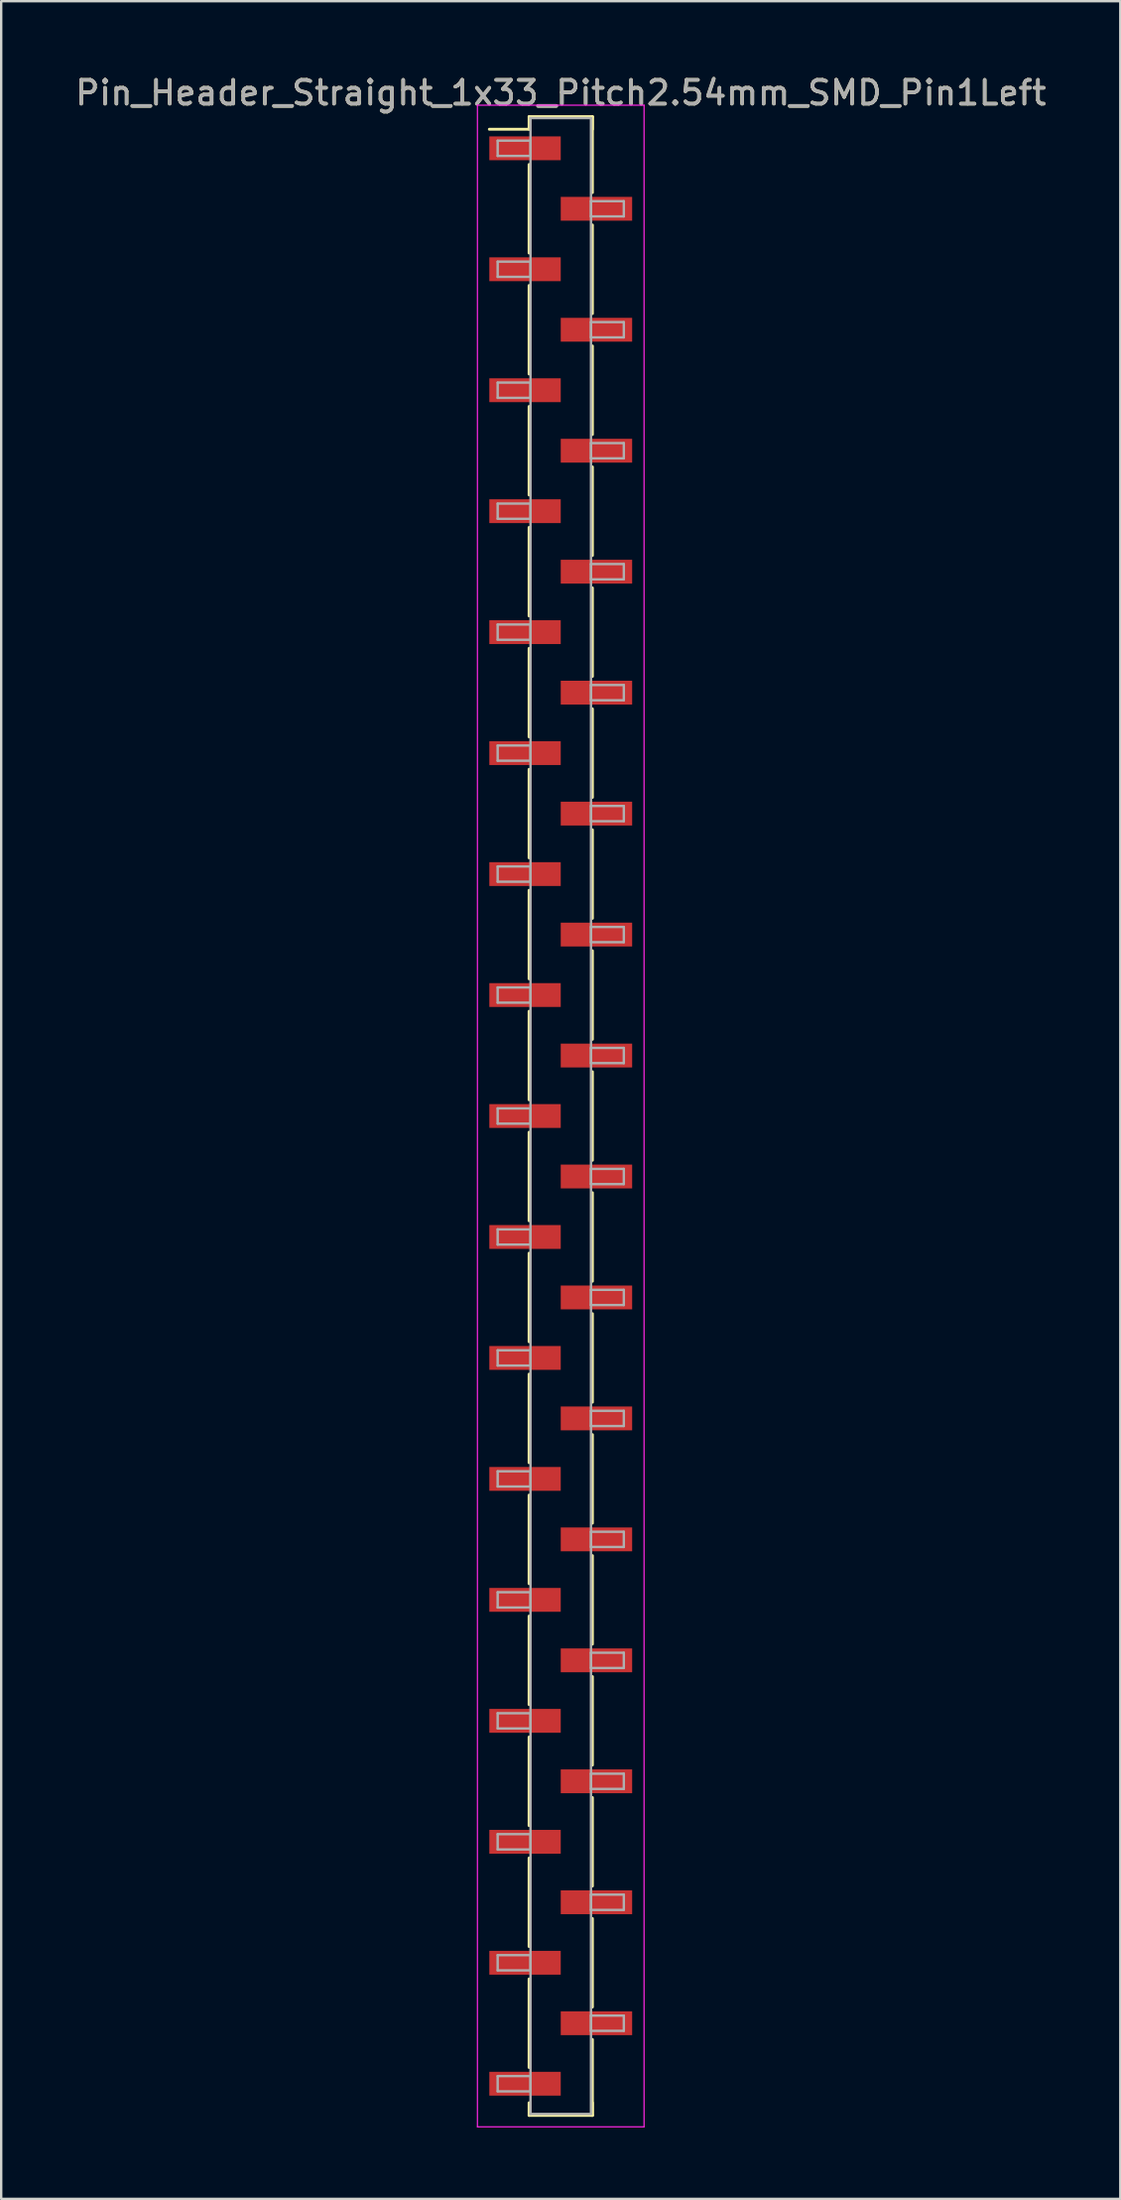
<source format=kicad_pcb>
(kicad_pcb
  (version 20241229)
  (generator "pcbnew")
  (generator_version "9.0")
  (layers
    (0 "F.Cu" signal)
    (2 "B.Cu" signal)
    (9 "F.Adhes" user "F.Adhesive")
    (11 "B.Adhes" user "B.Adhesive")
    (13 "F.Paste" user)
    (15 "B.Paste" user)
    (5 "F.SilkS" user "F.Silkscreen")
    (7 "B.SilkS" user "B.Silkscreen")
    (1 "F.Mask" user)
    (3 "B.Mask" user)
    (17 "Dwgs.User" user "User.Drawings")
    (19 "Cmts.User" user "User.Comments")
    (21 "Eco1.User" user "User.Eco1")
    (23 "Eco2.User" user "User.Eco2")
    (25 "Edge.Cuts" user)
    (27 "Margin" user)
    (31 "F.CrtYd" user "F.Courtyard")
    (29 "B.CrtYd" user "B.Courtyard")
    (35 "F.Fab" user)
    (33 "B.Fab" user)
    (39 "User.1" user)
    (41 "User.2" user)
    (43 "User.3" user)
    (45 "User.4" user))
  (footprint "Pin_Header_Straight_1x33_Pitch2.54mm_SMD_Pin1Left"
    (layer "F.Cu")
    (at 20.506 43.818)
    (property "Reference" "Pin_Header_Straight_1x33_Pitch2.54mm_SMD_Pin1Left" (at 0 -42.97 0) (layer "F.SilkS") (effects (font (size 1 1) (thickness 0.15))))
    (attr smd)
    (fp_line (start -1.33 -41.97) (end 1.33 -41.97) (stroke (width 0.12) (type solid)) (layer "F.SilkS"))
    (fp_line (start -1.33 -41.44) (end -3 -41.44) (stroke (width 0.12) (type solid)) (layer "F.SilkS"))
    (fp_line (start -1.33 -41.44) (end -1.33 -41.97) (stroke (width 0.12) (type solid)) (layer "F.SilkS"))
    (fp_line (start -1.33 -39.96) (end -1.33 -36.24) (stroke (width 0.12) (type solid)) (layer "F.SilkS"))
    (fp_line (start -1.33 -34.88) (end -1.33 -31.16) (stroke (width 0.12) (type solid)) (layer "F.SilkS"))
    (fp_line (start -1.33 -29.8) (end -1.33 -26.08) (stroke (width 0.12) (type solid)) (layer "F.SilkS"))
    (fp_line (start -1.33 -24.72) (end -1.33 -21) (stroke (width 0.12) (type solid)) (layer "F.SilkS"))
    (fp_line (start -1.33 -19.64) (end -1.33 -15.92) (stroke (width 0.12) (type solid)) (layer "F.SilkS"))
    (fp_line (start -1.33 -14.56) (end -1.33 -10.84) (stroke (width 0.12) (type solid)) (layer "F.SilkS"))
    (fp_line (start -1.33 -9.48) (end -1.33 -5.76) (stroke (width 0.12) (type solid)) (layer "F.SilkS"))
    (fp_line (start -1.33 -4.4) (end -1.33 -0.68) (stroke (width 0.12) (type solid)) (layer "F.SilkS"))
    (fp_line (start -1.33 0.68) (end -1.33 4.4) (stroke (width 0.12) (type solid)) (layer "F.SilkS"))
    (fp_line (start -1.33 5.76) (end -1.33 9.48) (stroke (width 0.12) (type solid)) (layer "F.SilkS"))
    (fp_line (start -1.33 10.84) (end -1.33 14.56) (stroke (width 0.12) (type solid)) (layer "F.SilkS"))
    (fp_line (start -1.33 15.92) (end -1.33 19.64) (stroke (width 0.12) (type solid)) (layer "F.SilkS"))
    (fp_line (start -1.33 21) (end -1.33 24.72) (stroke (width 0.12) (type solid)) (layer "F.SilkS"))
    (fp_line (start -1.33 26.08) (end -1.33 29.8) (stroke (width 0.12) (type solid)) (layer "F.SilkS"))
    (fp_line (start -1.33 31.16) (end -1.33 34.88) (stroke (width 0.12) (type solid)) (layer "F.SilkS"))
    (fp_line (start -1.33 36.24) (end -1.33 39.96) (stroke (width 0.12) (type solid)) (layer "F.SilkS"))
    (fp_line (start -1.33 41.44) (end -1.33 41.97) (stroke (width 0.12) (type solid)) (layer "F.SilkS"))
    (fp_line (start -1.33 41.97) (end 1.33 41.97) (stroke (width 0.12) (type solid)) (layer "F.SilkS"))
    (fp_line (start 1.33 -41.97) (end 1.33 -41.44) (stroke (width 0.12) (type solid)) (layer "F.SilkS"))
    (fp_line (start 1.33 -41.97) (end 1.33 -38.78) (stroke (width 0.12) (type solid)) (layer "F.SilkS"))
    (fp_line (start 1.33 -37.42) (end 1.33 -33.7) (stroke (width 0.12) (type solid)) (layer "F.SilkS"))
    (fp_line (start 1.33 -32.34) (end 1.33 -28.62) (stroke (width 0.12) (type solid)) (layer "F.SilkS"))
    (fp_line (start 1.33 -27.26) (end 1.33 -23.54) (stroke (width 0.12) (type solid)) (layer "F.SilkS"))
    (fp_line (start 1.33 -22.18) (end 1.33 -18.46) (stroke (width 0.12) (type solid)) (layer "F.SilkS"))
    (fp_line (start 1.33 -17.1) (end 1.33 -13.38) (stroke (width 0.12) (type solid)) (layer "F.SilkS"))
    (fp_line (start 1.33 -12.02) (end 1.33 -8.3) (stroke (width 0.12) (type solid)) (layer "F.SilkS"))
    (fp_line (start 1.33 -6.94) (end 1.33 -3.22) (stroke (width 0.12) (type solid)) (layer "F.SilkS"))
    (fp_line (start 1.33 -1.86) (end 1.33 1.86) (stroke (width 0.12) (type solid)) (layer "F.SilkS"))
    (fp_line (start 1.33 3.22) (end 1.33 6.94) (stroke (width 0.12) (type solid)) (layer "F.SilkS"))
    (fp_line (start 1.33 8.3) (end 1.33 12.02) (stroke (width 0.12) (type solid)) (layer "F.SilkS"))
    (fp_line (start 1.33 13.38) (end 1.33 17.1) (stroke (width 0.12) (type solid)) (layer "F.SilkS"))
    (fp_line (start 1.33 18.46) (end 1.33 22.18) (stroke (width 0.12) (type solid)) (layer "F.SilkS"))
    (fp_line (start 1.33 23.54) (end 1.33 27.26) (stroke (width 0.12) (type solid)) (layer "F.SilkS"))
    (fp_line (start 1.33 28.62) (end 1.33 32.34) (stroke (width 0.12) (type solid)) (layer "F.SilkS"))
    (fp_line (start 1.33 33.7) (end 1.33 37.42) (stroke (width 0.12) (type solid)) (layer "F.SilkS"))
    (fp_line (start 1.33 38.78) (end 1.33 41.97) (stroke (width 0.12) (type solid)) (layer "F.SilkS"))
    (fp_line (start 1.33 41.97) (end 1.33 41.44) (stroke (width 0.12) (type solid)) (layer "F.SilkS"))
    (fp_line (start -3.5 -42.45) (end -3.5 42.45) (stroke (width 0.05) (type solid)) (layer "F.CrtYd"))
    (fp_line (start -3.5 42.45) (end 3.5 42.45) (stroke (width 0.05) (type solid)) (layer "F.CrtYd"))
    (fp_line (start 3.5 -42.45) (end -3.5 -42.45) (stroke (width 0.05) (type solid)) (layer "F.CrtYd"))
    (fp_line (start 3.5 42.45) (end 3.5 -42.45) (stroke (width 0.05) (type solid)) (layer "F.CrtYd"))
    (fp_line (start -2.65 -40.96) (end -1.27 -40.96) (stroke (width 0.1) (type solid)) (layer "F.Fab"))
    (fp_line (start -2.65 -40.32) (end -2.65 -40.96) (stroke (width 0.1) (type solid)) (layer "F.Fab"))
    (fp_line (start -2.65 -35.88) (end -1.27 -35.88) (stroke (width 0.1) (type solid)) (layer "F.Fab"))
    (fp_line (start -2.65 -35.24) (end -2.65 -35.88) (stroke (width 0.1) (type solid)) (layer "F.Fab"))
    (fp_line (start -2.65 -30.8) (end -1.27 -30.8) (stroke (width 0.1) (type solid)) (layer "F.Fab"))
    (fp_line (start -2.65 -30.16) (end -2.65 -30.8) (stroke (width 0.1) (type solid)) (layer "F.Fab"))
    (fp_line (start -2.65 -25.72) (end -1.27 -25.72) (stroke (width 0.1) (type solid)) (layer "F.Fab"))
    (fp_line (start -2.65 -25.08) (end -2.65 -25.72) (stroke (width 0.1) (type solid)) (layer "F.Fab"))
    (fp_line (start -2.65 -20.64) (end -1.27 -20.64) (stroke (width 0.1) (type solid)) (layer "F.Fab"))
    (fp_line (start -2.65 -20) (end -2.65 -20.64) (stroke (width 0.1) (type solid)) (layer "F.Fab"))
    (fp_line (start -2.65 -15.56) (end -1.27 -15.56) (stroke (width 0.1) (type solid)) (layer "F.Fab"))
    (fp_line (start -2.65 -14.92) (end -2.65 -15.56) (stroke (width 0.1) (type solid)) (layer "F.Fab"))
    (fp_line (start -2.65 -10.48) (end -1.27 -10.48) (stroke (width 0.1) (type solid)) (layer "F.Fab"))
    (fp_line (start -2.65 -9.84) (end -2.65 -10.48) (stroke (width 0.1) (type solid)) (layer "F.Fab"))
    (fp_line (start -2.65 -5.4) (end -1.27 -5.4) (stroke (width 0.1) (type solid)) (layer "F.Fab"))
    (fp_line (start -2.65 -4.76) (end -2.65 -5.4) (stroke (width 0.1) (type solid)) (layer "F.Fab"))
    (fp_line (start -2.65 -0.32) (end -1.27 -0.32) (stroke (width 0.1) (type solid)) (layer "F.Fab"))
    (fp_line (start -2.65 0.32) (end -2.65 -0.32) (stroke (width 0.1) (type solid)) (layer "F.Fab"))
    (fp_line (start -2.65 4.76) (end -1.27 4.76) (stroke (width 0.1) (type solid)) (layer "F.Fab"))
    (fp_line (start -2.65 5.4) (end -2.65 4.76) (stroke (width 0.1) (type solid)) (layer "F.Fab"))
    (fp_line (start -2.65 9.84) (end -1.27 9.84) (stroke (width 0.1) (type solid)) (layer "F.Fab"))
    (fp_line (start -2.65 10.48) (end -2.65 9.84) (stroke (width 0.1) (type solid)) (layer "F.Fab"))
    (fp_line (start -2.65 14.92) (end -1.27 14.92) (stroke (width 0.1) (type solid)) (layer "F.Fab"))
    (fp_line (start -2.65 15.56) (end -2.65 14.92) (stroke (width 0.1) (type solid)) (layer "F.Fab"))
    (fp_line (start -2.65 20) (end -1.27 20) (stroke (width 0.1) (type solid)) (layer "F.Fab"))
    (fp_line (start -2.65 20.64) (end -2.65 20) (stroke (width 0.1) (type solid)) (layer "F.Fab"))
    (fp_line (start -2.65 25.08) (end -1.27 25.08) (stroke (width 0.1) (type solid)) (layer "F.Fab"))
    (fp_line (start -2.65 25.72) (end -2.65 25.08) (stroke (width 0.1) (type solid)) (layer "F.Fab"))
    (fp_line (start -2.65 30.16) (end -1.27 30.16) (stroke (width 0.1) (type solid)) (layer "F.Fab"))
    (fp_line (start -2.65 30.8) (end -2.65 30.16) (stroke (width 0.1) (type solid)) (layer "F.Fab"))
    (fp_line (start -2.65 35.24) (end -1.27 35.24) (stroke (width 0.1) (type solid)) (layer "F.Fab"))
    (fp_line (start -2.65 35.88) (end -2.65 35.24) (stroke (width 0.1) (type solid)) (layer "F.Fab"))
    (fp_line (start -2.65 40.32) (end -1.27 40.32) (stroke (width 0.1) (type solid)) (layer "F.Fab"))
    (fp_line (start -2.65 40.96) (end -2.65 40.32) (stroke (width 0.1) (type solid)) (layer "F.Fab"))
    (fp_line (start -1.27 -41.91) (end -1.27 41.91) (stroke (width 0.1) (type solid)) (layer "F.Fab"))
    (fp_line (start -1.27 -40.96) (end -1.27 -40.32) (stroke (width 0.1) (type solid)) (layer "F.Fab"))
    (fp_line (start -1.27 -40.32) (end -2.65 -40.32) (stroke (width 0.1) (type solid)) (layer "F.Fab"))
    (fp_line (start -1.27 -35.88) (end -1.27 -35.24) (stroke (width 0.1) (type solid)) (layer "F.Fab"))
    (fp_line (start -1.27 -35.24) (end -2.65 -35.24) (stroke (width 0.1) (type solid)) (layer "F.Fab"))
    (fp_line (start -1.27 -30.8) (end -1.27 -30.16) (stroke (width 0.1) (type solid)) (layer "F.Fab"))
    (fp_line (start -1.27 -30.16) (end -2.65 -30.16) (stroke (width 0.1) (type solid)) (layer "F.Fab"))
    (fp_line (start -1.27 -25.72) (end -1.27 -25.08) (stroke (width 0.1) (type solid)) (layer "F.Fab"))
    (fp_line (start -1.27 -25.08) (end -2.65 -25.08) (stroke (width 0.1) (type solid)) (layer "F.Fab"))
    (fp_line (start -1.27 -20.64) (end -1.27 -20) (stroke (width 0.1) (type solid)) (layer "F.Fab"))
    (fp_line (start -1.27 -20) (end -2.65 -20) (stroke (width 0.1) (type solid)) (layer "F.Fab"))
    (fp_line (start -1.27 -15.56) (end -1.27 -14.92) (stroke (width 0.1) (type solid)) (layer "F.Fab"))
    (fp_line (start -1.27 -14.92) (end -2.65 -14.92) (stroke (width 0.1) (type solid)) (layer "F.Fab"))
    (fp_line (start -1.27 -10.48) (end -1.27 -9.84) (stroke (width 0.1) (type solid)) (layer "F.Fab"))
    (fp_line (start -1.27 -9.84) (end -2.65 -9.84) (stroke (width 0.1) (type solid)) (layer "F.Fab"))
    (fp_line (start -1.27 -5.4) (end -1.27 -4.76) (stroke (width 0.1) (type solid)) (layer "F.Fab"))
    (fp_line (start -1.27 -4.76) (end -2.65 -4.76) (stroke (width 0.1) (type solid)) (layer "F.Fab"))
    (fp_line (start -1.27 -0.32) (end -1.27 0.32) (stroke (width 0.1) (type solid)) (layer "F.Fab"))
    (fp_line (start -1.27 0.32) (end -2.65 0.32) (stroke (width 0.1) (type solid)) (layer "F.Fab"))
    (fp_line (start -1.27 4.76) (end -1.27 5.4) (stroke (width 0.1) (type solid)) (layer "F.Fab"))
    (fp_line (start -1.27 5.4) (end -2.65 5.4) (stroke (width 0.1) (type solid)) (layer "F.Fab"))
    (fp_line (start -1.27 9.84) (end -1.27 10.48) (stroke (width 0.1) (type solid)) (layer "F.Fab"))
    (fp_line (start -1.27 10.48) (end -2.65 10.48) (stroke (width 0.1) (type solid)) (layer "F.Fab"))
    (fp_line (start -1.27 14.92) (end -1.27 15.56) (stroke (width 0.1) (type solid)) (layer "F.Fab"))
    (fp_line (start -1.27 15.56) (end -2.65 15.56) (stroke (width 0.1) (type solid)) (layer "F.Fab"))
    (fp_line (start -1.27 20) (end -1.27 20.64) (stroke (width 0.1) (type solid)) (layer "F.Fab"))
    (fp_line (start -1.27 20.64) (end -2.65 20.64) (stroke (width 0.1) (type solid)) (layer "F.Fab"))
    (fp_line (start -1.27 25.08) (end -1.27 25.72) (stroke (width 0.1) (type solid)) (layer "F.Fab"))
    (fp_line (start -1.27 25.72) (end -2.65 25.72) (stroke (width 0.1) (type solid)) (layer "F.Fab"))
    (fp_line (start -1.27 30.16) (end -1.27 30.8) (stroke (width 0.1) (type solid)) (layer "F.Fab"))
    (fp_line (start -1.27 30.8) (end -2.65 30.8) (stroke (width 0.1) (type solid)) (layer "F.Fab"))
    (fp_line (start -1.27 35.24) (end -1.27 35.88) (stroke (width 0.1) (type solid)) (layer "F.Fab"))
    (fp_line (start -1.27 35.88) (end -2.65 35.88) (stroke (width 0.1) (type solid)) (layer "F.Fab"))
    (fp_line (start -1.27 40.32) (end -1.27 40.96) (stroke (width 0.1) (type solid)) (layer "F.Fab"))
    (fp_line (start -1.27 40.96) (end -2.65 40.96) (stroke (width 0.1) (type solid)) (layer "F.Fab"))
    (fp_line (start -1.27 41.91) (end 1.27 41.91) (stroke (width 0.1) (type solid)) (layer "F.Fab"))
    (fp_line (start 1.27 -41.91) (end -1.27 -41.91) (stroke (width 0.1) (type solid)) (layer "F.Fab"))
    (fp_line (start 1.27 -38.42) (end 1.27 -37.78) (stroke (width 0.1) (type solid)) (layer "F.Fab"))
    (fp_line (start 1.27 -37.78) (end 2.65 -37.78) (stroke (width 0.1) (type solid)) (layer "F.Fab"))
    (fp_line (start 1.27 -33.34) (end 1.27 -32.7) (stroke (width 0.1) (type solid)) (layer "F.Fab"))
    (fp_line (start 1.27 -32.7) (end 2.65 -32.7) (stroke (width 0.1) (type solid)) (layer "F.Fab"))
    (fp_line (start 1.27 -28.26) (end 1.27 -27.62) (stroke (width 0.1) (type solid)) (layer "F.Fab"))
    (fp_line (start 1.27 -27.62) (end 2.65 -27.62) (stroke (width 0.1) (type solid)) (layer "F.Fab"))
    (fp_line (start 1.27 -23.18) (end 1.27 -22.54) (stroke (width 0.1) (type solid)) (layer "F.Fab"))
    (fp_line (start 1.27 -22.54) (end 2.65 -22.54) (stroke (width 0.1) (type solid)) (layer "F.Fab"))
    (fp_line (start 1.27 -18.1) (end 1.27 -17.46) (stroke (width 0.1) (type solid)) (layer "F.Fab"))
    (fp_line (start 1.27 -17.46) (end 2.65 -17.46) (stroke (width 0.1) (type solid)) (layer "F.Fab"))
    (fp_line (start 1.27 -13.02) (end 1.27 -12.38) (stroke (width 0.1) (type solid)) (layer "F.Fab"))
    (fp_line (start 1.27 -12.38) (end 2.65 -12.38) (stroke (width 0.1) (type solid)) (layer "F.Fab"))
    (fp_line (start 1.27 -7.94) (end 1.27 -7.3) (stroke (width 0.1) (type solid)) (layer "F.Fab"))
    (fp_line (start 1.27 -7.3) (end 2.65 -7.3) (stroke (width 0.1) (type solid)) (layer "F.Fab"))
    (fp_line (start 1.27 -2.86) (end 1.27 -2.22) (stroke (width 0.1) (type solid)) (layer "F.Fab"))
    (fp_line (start 1.27 -2.22) (end 2.65 -2.22) (stroke (width 0.1) (type solid)) (layer "F.Fab"))
    (fp_line (start 1.27 2.22) (end 1.27 2.86) (stroke (width 0.1) (type solid)) (layer "F.Fab"))
    (fp_line (start 1.27 2.86) (end 2.65 2.86) (stroke (width 0.1) (type solid)) (layer "F.Fab"))
    (fp_line (start 1.27 7.3) (end 1.27 7.94) (stroke (width 0.1) (type solid)) (layer "F.Fab"))
    (fp_line (start 1.27 7.94) (end 2.65 7.94) (stroke (width 0.1) (type solid)) (layer "F.Fab"))
    (fp_line (start 1.27 12.38) (end 1.27 13.02) (stroke (width 0.1) (type solid)) (layer "F.Fab"))
    (fp_line (start 1.27 13.02) (end 2.65 13.02) (stroke (width 0.1) (type solid)) (layer "F.Fab"))
    (fp_line (start 1.27 17.46) (end 1.27 18.1) (stroke (width 0.1) (type solid)) (layer "F.Fab"))
    (fp_line (start 1.27 18.1) (end 2.65 18.1) (stroke (width 0.1) (type solid)) (layer "F.Fab"))
    (fp_line (start 1.27 22.54) (end 1.27 23.18) (stroke (width 0.1) (type solid)) (layer "F.Fab"))
    (fp_line (start 1.27 23.18) (end 2.65 23.18) (stroke (width 0.1) (type solid)) (layer "F.Fab"))
    (fp_line (start 1.27 27.62) (end 1.27 28.26) (stroke (width 0.1) (type solid)) (layer "F.Fab"))
    (fp_line (start 1.27 28.26) (end 2.65 28.26) (stroke (width 0.1) (type solid)) (layer "F.Fab"))
    (fp_line (start 1.27 32.7) (end 1.27 33.34) (stroke (width 0.1) (type solid)) (layer "F.Fab"))
    (fp_line (start 1.27 33.34) (end 2.65 33.34) (stroke (width 0.1) (type solid)) (layer "F.Fab"))
    (fp_line (start 1.27 37.78) (end 1.27 38.42) (stroke (width 0.1) (type solid)) (layer "F.Fab"))
    (fp_line (start 1.27 38.42) (end 2.65 38.42) (stroke (width 0.1) (type solid)) (layer "F.Fab"))
    (fp_line (start 1.27 41.91) (end 1.27 -41.91) (stroke (width 0.1) (type solid)) (layer "F.Fab"))
    (fp_line (start 2.65 -38.42) (end 1.27 -38.42) (stroke (width 0.1) (type solid)) (layer "F.Fab"))
    (fp_line (start 2.65 -37.78) (end 2.65 -38.42) (stroke (width 0.1) (type solid)) (layer "F.Fab"))
    (fp_line (start 2.65 -33.34) (end 1.27 -33.34) (stroke (width 0.1) (type solid)) (layer "F.Fab"))
    (fp_line (start 2.65 -32.7) (end 2.65 -33.34) (stroke (width 0.1) (type solid)) (layer "F.Fab"))
    (fp_line (start 2.65 -28.26) (end 1.27 -28.26) (stroke (width 0.1) (type solid)) (layer "F.Fab"))
    (fp_line (start 2.65 -27.62) (end 2.65 -28.26) (stroke (width 0.1) (type solid)) (layer "F.Fab"))
    (fp_line (start 2.65 -23.18) (end 1.27 -23.18) (stroke (width 0.1) (type solid)) (layer "F.Fab"))
    (fp_line (start 2.65 -22.54) (end 2.65 -23.18) (stroke (width 0.1) (type solid)) (layer "F.Fab"))
    (fp_line (start 2.65 -18.1) (end 1.27 -18.1) (stroke (width 0.1) (type solid)) (layer "F.Fab"))
    (fp_line (start 2.65 -17.46) (end 2.65 -18.1) (stroke (width 0.1) (type solid)) (layer "F.Fab"))
    (fp_line (start 2.65 -13.02) (end 1.27 -13.02) (stroke (width 0.1) (type solid)) (layer "F.Fab"))
    (fp_line (start 2.65 -12.38) (end 2.65 -13.02) (stroke (width 0.1) (type solid)) (layer "F.Fab"))
    (fp_line (start 2.65 -7.94) (end 1.27 -7.94) (stroke (width 0.1) (type solid)) (layer "F.Fab"))
    (fp_line (start 2.65 -7.3) (end 2.65 -7.94) (stroke (width 0.1) (type solid)) (layer "F.Fab"))
    (fp_line (start 2.65 -2.86) (end 1.27 -2.86) (stroke (width 0.1) (type solid)) (layer "F.Fab"))
    (fp_line (start 2.65 -2.22) (end 2.65 -2.86) (stroke (width 0.1) (type solid)) (layer "F.Fab"))
    (fp_line (start 2.65 2.22) (end 1.27 2.22) (stroke (width 0.1) (type solid)) (layer "F.Fab"))
    (fp_line (start 2.65 2.86) (end 2.65 2.22) (stroke (width 0.1) (type solid)) (layer "F.Fab"))
    (fp_line (start 2.65 7.3) (end 1.27 7.3) (stroke (width 0.1) (type solid)) (layer "F.Fab"))
    (fp_line (start 2.65 7.94) (end 2.65 7.3) (stroke (width 0.1) (type solid)) (layer "F.Fab"))
    (fp_line (start 2.65 12.38) (end 1.27 12.38) (stroke (width 0.1) (type solid)) (layer "F.Fab"))
    (fp_line (start 2.65 13.02) (end 2.65 12.38) (stroke (width 0.1) (type solid)) (layer "F.Fab"))
    (fp_line (start 2.65 17.46) (end 1.27 17.46) (stroke (width 0.1) (type solid)) (layer "F.Fab"))
    (fp_line (start 2.65 18.1) (end 2.65 17.46) (stroke (width 0.1) (type solid)) (layer "F.Fab"))
    (fp_line (start 2.65 22.54) (end 1.27 22.54) (stroke (width 0.1) (type solid)) (layer "F.Fab"))
    (fp_line (start 2.65 23.18) (end 2.65 22.54) (stroke (width 0.1) (type solid)) (layer "F.Fab"))
    (fp_line (start 2.65 27.62) (end 1.27 27.62) (stroke (width 0.1) (type solid)) (layer "F.Fab"))
    (fp_line (start 2.65 28.26) (end 2.65 27.62) (stroke (width 0.1) (type solid)) (layer "F.Fab"))
    (fp_line (start 2.65 32.7) (end 1.27 32.7) (stroke (width 0.1) (type solid)) (layer "F.Fab"))
    (fp_line (start 2.65 33.34) (end 2.65 32.7) (stroke (width 0.1) (type solid)) (layer "F.Fab"))
    (fp_line (start 2.65 37.78) (end 1.27 37.78) (stroke (width 0.1) (type solid)) (layer "F.Fab"))
    (fp_line (start 2.65 38.42) (end 2.65 37.78) (stroke (width 0.1) (type solid)) (layer "F.Fab"))
    (fp_text user "${REFERENCE}" (at 0 -42.97 0) (layer "F.Fab") (effects (font (size 1 1) (thickness 0.15))))
    (pad "1" smd rect (at -1.5 -40.64) (size 3 1) (layers "F.Cu" "F.Mask" "F.Paste"))
    (pad "2" smd rect (at 1.5 -38.1) (size 3 1) (layers "F.Cu" "F.Mask" "F.Paste"))
    (pad "3" smd rect (at -1.5 -35.56) (size 3 1) (layers "F.Cu" "F.Mask" "F.Paste"))
    (pad "4" smd rect (at 1.5 -33.02) (size 3 1) (layers "F.Cu" "F.Mask" "F.Paste"))
    (pad "5" smd rect (at -1.5 -30.48) (size 3 1) (layers "F.Cu" "F.Mask" "F.Paste"))
    (pad "6" smd rect (at 1.5 -27.94) (size 3 1) (layers "F.Cu" "F.Mask" "F.Paste"))
    (pad "7" smd rect (at -1.5 -25.4) (size 3 1) (layers "F.Cu" "F.Mask" "F.Paste"))
    (pad "8" smd rect (at 1.5 -22.86) (size 3 1) (layers "F.Cu" "F.Mask" "F.Paste"))
    (pad "9" smd rect (at -1.5 -20.32) (size 3 1) (layers "F.Cu" "F.Mask" "F.Paste"))
    (pad "10" smd rect (at 1.5 -17.78) (size 3 1) (layers "F.Cu" "F.Mask" "F.Paste"))
    (pad "11" smd rect (at -1.5 -15.24) (size 3 1) (layers "F.Cu" "F.Mask" "F.Paste"))
    (pad "12" smd rect (at 1.5 -12.7) (size 3 1) (layers "F.Cu" "F.Mask" "F.Paste"))
    (pad "13" smd rect (at -1.5 -10.16) (size 3 1) (layers "F.Cu" "F.Mask" "F.Paste"))
    (pad "14" smd rect (at 1.5 -7.62) (size 3 1) (layers "F.Cu" "F.Mask" "F.Paste"))
    (pad "15" smd rect (at -1.5 -5.08) (size 3 1) (layers "F.Cu" "F.Mask" "F.Paste"))
    (pad "16" smd rect (at 1.5 -2.54) (size 3 1) (layers "F.Cu" "F.Mask" "F.Paste"))
    (pad "17" smd rect (at -1.5 0) (size 3 1) (layers "F.Cu" "F.Mask" "F.Paste"))
    (pad "18" smd rect (at 1.5 2.54) (size 3 1) (layers "F.Cu" "F.Mask" "F.Paste"))
    (pad "19" smd rect (at -1.5 5.08) (size 3 1) (layers "F.Cu" "F.Mask" "F.Paste"))
    (pad "20" smd rect (at 1.5 7.62) (size 3 1) (layers "F.Cu" "F.Mask" "F.Paste"))
    (pad "21" smd rect (at -1.5 10.16) (size 3 1) (layers "F.Cu" "F.Mask" "F.Paste"))
    (pad "22" smd rect (at 1.5 12.7) (size 3 1) (layers "F.Cu" "F.Mask" "F.Paste"))
    (pad "23" smd rect (at -1.5 15.24) (size 3 1) (layers "F.Cu" "F.Mask" "F.Paste"))
    (pad "24" smd rect (at 1.5 17.78) (size 3 1) (layers "F.Cu" "F.Mask" "F.Paste"))
    (pad "25" smd rect (at -1.5 20.32) (size 3 1) (layers "F.Cu" "F.Mask" "F.Paste"))
    (pad "26" smd rect (at 1.5 22.86) (size 3 1) (layers "F.Cu" "F.Mask" "F.Paste"))
    (pad "27" smd rect (at -1.5 25.4) (size 3 1) (layers "F.Cu" "F.Mask" "F.Paste"))
    (pad "28" smd rect (at 1.5 27.94) (size 3 1) (layers "F.Cu" "F.Mask" "F.Paste"))
    (pad "29" smd rect (at -1.5 30.48) (size 3 1) (layers "F.Cu" "F.Mask" "F.Paste"))
    (pad "30" smd rect (at 1.5 33.02) (size 3 1) (layers "F.Cu" "F.Mask" "F.Paste"))
    (pad "31" smd rect (at -1.5 35.56) (size 3 1) (layers "F.Cu" "F.Mask" "F.Paste"))
    (pad "32" smd rect (at 1.5 38.1) (size 3 1) (layers "F.Cu" "F.Mask" "F.Paste"))
    (pad "33" smd rect (at -1.5 40.64) (size 3 1) (layers "F.Cu" "F.Mask" "F.Paste")))
  (gr_rect
    (start -3 -3)
    (end 44.012 89.293)
    (stroke (width 0.1) (type default))
    (fill no)
    (layer "Edge.Cuts")))
</source>
